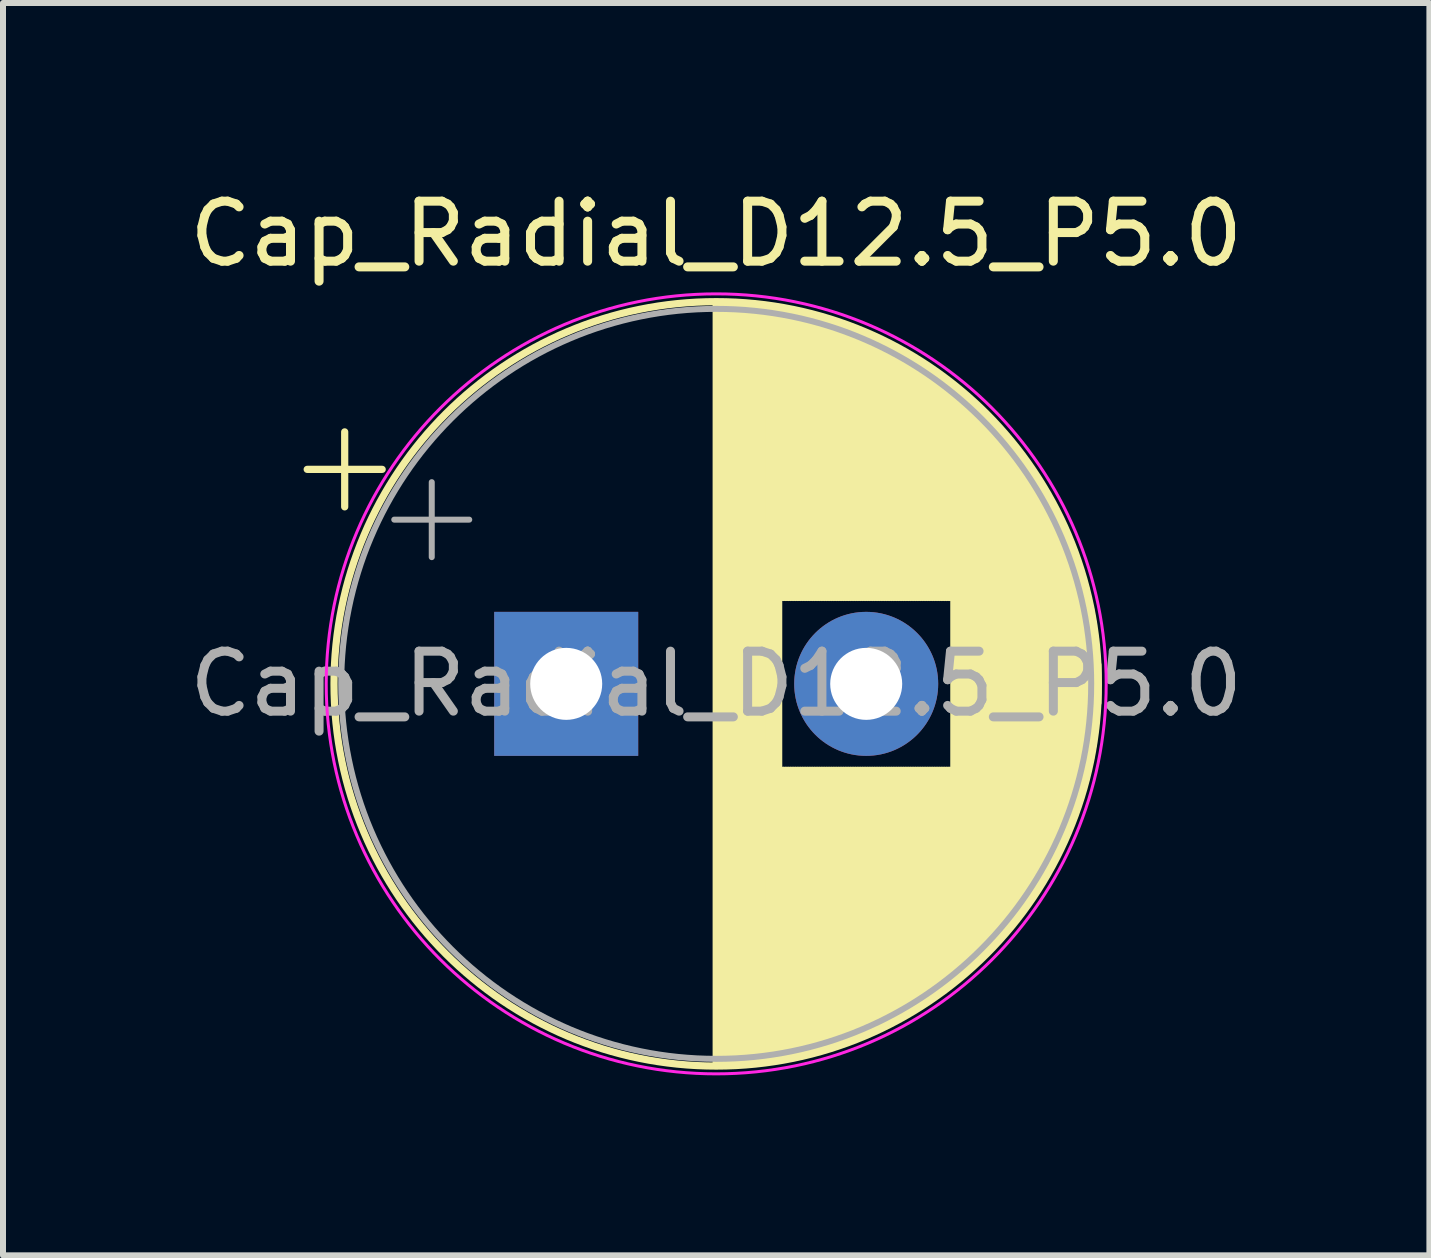
<source format=kicad_pcb>
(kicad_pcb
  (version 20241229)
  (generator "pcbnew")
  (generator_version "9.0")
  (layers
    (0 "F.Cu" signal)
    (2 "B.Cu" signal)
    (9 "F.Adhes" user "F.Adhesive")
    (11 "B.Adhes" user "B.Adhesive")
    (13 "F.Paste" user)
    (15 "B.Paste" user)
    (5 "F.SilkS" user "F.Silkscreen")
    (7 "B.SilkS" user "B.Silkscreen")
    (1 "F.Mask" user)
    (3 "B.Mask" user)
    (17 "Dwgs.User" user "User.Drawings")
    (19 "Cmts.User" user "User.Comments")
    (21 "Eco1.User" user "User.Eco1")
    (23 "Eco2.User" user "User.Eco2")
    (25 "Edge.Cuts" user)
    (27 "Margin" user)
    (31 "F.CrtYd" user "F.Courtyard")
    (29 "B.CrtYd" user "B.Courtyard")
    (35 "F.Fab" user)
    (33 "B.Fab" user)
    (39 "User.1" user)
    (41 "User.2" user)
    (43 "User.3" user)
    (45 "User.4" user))
  (footprint "Cap_Radial_D12.5_P5.0"
    (layer "F.Cu")
    (at 6.387 8.348)
    (property "Reference" "Cap_Radial_D12.5_P5.0" (at 2.5 -7.5 0) (layer "F.SilkS") (effects (font (size 1 1) (thickness 0.15))))
    (fp_line (start -4.317 -3.575) (end -3.067 -3.575) (stroke (width 0.12) (type solid)) (layer "F.SilkS"))
    (fp_line (start -3.692 -4.2) (end -3.692 -2.95) (stroke (width 0.12) (type solid)) (layer "F.SilkS"))
    (fp_line (start 2.5 -6.33) (end 2.5 6.33) (stroke (width 0.12) (type solid)) (layer "F.SilkS"))
    (fp_line (start 2.54 -6.33) (end 2.54 6.33) (stroke (width 0.12) (type solid)) (layer "F.SilkS"))
    (fp_line (start 2.58 -6.33) (end 2.58 6.33) (stroke (width 0.12) (type solid)) (layer "F.SilkS"))
    (fp_line (start 2.62 -6.329) (end 2.62 6.329) (stroke (width 0.12) (type solid)) (layer "F.SilkS"))
    (fp_line (start 2.66 -6.328) (end 2.66 6.328) (stroke (width 0.12) (type solid)) (layer "F.SilkS"))
    (fp_line (start 2.7 -6.327) (end 2.7 6.327) (stroke (width 0.12) (type solid)) (layer "F.SilkS"))
    (fp_line (start 2.74 -6.326) (end 2.74 6.326) (stroke (width 0.12) (type solid)) (layer "F.SilkS"))
    (fp_line (start 2.78 -6.324) (end 2.78 6.324) (stroke (width 0.12) (type solid)) (layer "F.SilkS"))
    (fp_line (start 2.82 -6.322) (end 2.82 6.322) (stroke (width 0.12) (type solid)) (layer "F.SilkS"))
    (fp_line (start 2.86 -6.32) (end 2.86 6.32) (stroke (width 0.12) (type solid)) (layer "F.SilkS"))
    (fp_line (start 2.9 -6.318) (end 2.9 6.318) (stroke (width 0.12) (type solid)) (layer "F.SilkS"))
    (fp_line (start 2.94 -6.315) (end 2.94 6.315) (stroke (width 0.12) (type solid)) (layer "F.SilkS"))
    (fp_line (start 2.98 -6.312) (end 2.98 6.312) (stroke (width 0.12) (type solid)) (layer "F.SilkS"))
    (fp_line (start 3.02 -6.309) (end 3.02 6.309) (stroke (width 0.12) (type solid)) (layer "F.SilkS"))
    (fp_line (start 3.06 -6.306) (end 3.06 6.306) (stroke (width 0.12) (type solid)) (layer "F.SilkS"))
    (fp_line (start 3.1 -6.302) (end 3.1 6.302) (stroke (width 0.12) (type solid)) (layer "F.SilkS"))
    (fp_line (start 3.14 -6.298) (end 3.14 6.298) (stroke (width 0.12) (type solid)) (layer "F.SilkS"))
    (fp_line (start 3.18 -6.294) (end 3.18 6.294) (stroke (width 0.12) (type solid)) (layer "F.SilkS"))
    (fp_line (start 3.221 -6.29) (end 3.221 6.29) (stroke (width 0.12) (type solid)) (layer "F.SilkS"))
    (fp_line (start 3.261 -6.285) (end 3.261 6.285) (stroke (width 0.12) (type solid)) (layer "F.SilkS"))
    (fp_line (start 3.301 -6.28) (end 3.301 6.28) (stroke (width 0.12) (type solid)) (layer "F.SilkS"))
    (fp_line (start 3.341 -6.275) (end 3.341 6.275) (stroke (width 0.12) (type solid)) (layer "F.SilkS"))
    (fp_line (start 3.381 -6.269) (end 3.381 6.269) (stroke (width 0.12) (type solid)) (layer "F.SilkS"))
    (fp_line (start 3.421 -6.264) (end 3.421 6.264) (stroke (width 0.12) (type solid)) (layer "F.SilkS"))
    (fp_line (start 3.461 -6.258) (end 3.461 6.258) (stroke (width 0.12) (type solid)) (layer "F.SilkS"))
    (fp_line (start 3.501 -6.252) (end 3.501 6.252) (stroke (width 0.12) (type solid)) (layer "F.SilkS"))
    (fp_line (start 3.541 -6.245) (end 3.541 6.245) (stroke (width 0.12) (type solid)) (layer "F.SilkS"))
    (fp_line (start 3.581 -6.238) (end 3.581 -1.44) (stroke (width 0.12) (type solid)) (layer "F.SilkS"))
    (fp_line (start 3.581 1.44) (end 3.581 6.238) (stroke (width 0.12) (type solid)) (layer "F.SilkS"))
    (fp_line (start 3.621 -6.231) (end 3.621 -1.44) (stroke (width 0.12) (type solid)) (layer "F.SilkS"))
    (fp_line (start 3.621 1.44) (end 3.621 6.231) (stroke (width 0.12) (type solid)) (layer "F.SilkS"))
    (fp_line (start 3.661 -6.224) (end 3.661 -1.44) (stroke (width 0.12) (type solid)) (layer "F.SilkS"))
    (fp_line (start 3.661 1.44) (end 3.661 6.224) (stroke (width 0.12) (type solid)) (layer "F.SilkS"))
    (fp_line (start 3.701 -6.216) (end 3.701 -1.44) (stroke (width 0.12) (type solid)) (layer "F.SilkS"))
    (fp_line (start 3.701 1.44) (end 3.701 6.216) (stroke (width 0.12) (type solid)) (layer "F.SilkS"))
    (fp_line (start 3.741 -6.209) (end 3.741 -1.44) (stroke (width 0.12) (type solid)) (layer "F.SilkS"))
    (fp_line (start 3.741 1.44) (end 3.741 6.209) (stroke (width 0.12) (type solid)) (layer "F.SilkS"))
    (fp_line (start 3.781 -6.201) (end 3.781 -1.44) (stroke (width 0.12) (type solid)) (layer "F.SilkS"))
    (fp_line (start 3.781 1.44) (end 3.781 6.201) (stroke (width 0.12) (type solid)) (layer "F.SilkS"))
    (fp_line (start 3.821 -6.192) (end 3.821 -1.44) (stroke (width 0.12) (type solid)) (layer "F.SilkS"))
    (fp_line (start 3.821 1.44) (end 3.821 6.192) (stroke (width 0.12) (type solid)) (layer "F.SilkS"))
    (fp_line (start 3.861 -6.184) (end 3.861 -1.44) (stroke (width 0.12) (type solid)) (layer "F.SilkS"))
    (fp_line (start 3.861 1.44) (end 3.861 6.184) (stroke (width 0.12) (type solid)) (layer "F.SilkS"))
    (fp_line (start 3.901 -6.175) (end 3.901 -1.44) (stroke (width 0.12) (type solid)) (layer "F.SilkS"))
    (fp_line (start 3.901 1.44) (end 3.901 6.175) (stroke (width 0.12) (type solid)) (layer "F.SilkS"))
    (fp_line (start 3.941 -6.166) (end 3.941 -1.44) (stroke (width 0.12) (type solid)) (layer "F.SilkS"))
    (fp_line (start 3.941 1.44) (end 3.941 6.166) (stroke (width 0.12) (type solid)) (layer "F.SilkS"))
    (fp_line (start 3.981 -6.156) (end 3.981 -1.44) (stroke (width 0.12) (type solid)) (layer "F.SilkS"))
    (fp_line (start 3.981 1.44) (end 3.981 6.156) (stroke (width 0.12) (type solid)) (layer "F.SilkS"))
    (fp_line (start 4.021 -6.146) (end 4.021 -1.44) (stroke (width 0.12) (type solid)) (layer "F.SilkS"))
    (fp_line (start 4.021 1.44) (end 4.021 6.146) (stroke (width 0.12) (type solid)) (layer "F.SilkS"))
    (fp_line (start 4.061 -6.137) (end 4.061 -1.44) (stroke (width 0.12) (type solid)) (layer "F.SilkS"))
    (fp_line (start 4.061 1.44) (end 4.061 6.137) (stroke (width 0.12) (type solid)) (layer "F.SilkS"))
    (fp_line (start 4.101 -6.126) (end 4.101 -1.44) (stroke (width 0.12) (type solid)) (layer "F.SilkS"))
    (fp_line (start 4.101 1.44) (end 4.101 6.126) (stroke (width 0.12) (type solid)) (layer "F.SilkS"))
    (fp_line (start 4.141 -6.116) (end 4.141 -1.44) (stroke (width 0.12) (type solid)) (layer "F.SilkS"))
    (fp_line (start 4.141 1.44) (end 4.141 6.116) (stroke (width 0.12) (type solid)) (layer "F.SilkS"))
    (fp_line (start 4.181 -6.105) (end 4.181 -1.44) (stroke (width 0.12) (type solid)) (layer "F.SilkS"))
    (fp_line (start 4.181 1.44) (end 4.181 6.105) (stroke (width 0.12) (type solid)) (layer "F.SilkS"))
    (fp_line (start 4.221 -6.094) (end 4.221 -1.44) (stroke (width 0.12) (type solid)) (layer "F.SilkS"))
    (fp_line (start 4.221 1.44) (end 4.221 6.094) (stroke (width 0.12) (type solid)) (layer "F.SilkS"))
    (fp_line (start 4.261 -6.083) (end 4.261 -1.44) (stroke (width 0.12) (type solid)) (layer "F.SilkS"))
    (fp_line (start 4.261 1.44) (end 4.261 6.083) (stroke (width 0.12) (type solid)) (layer "F.SilkS"))
    (fp_line (start 4.301 -6.071) (end 4.301 -1.44) (stroke (width 0.12) (type solid)) (layer "F.SilkS"))
    (fp_line (start 4.301 1.44) (end 4.301 6.071) (stroke (width 0.12) (type solid)) (layer "F.SilkS"))
    (fp_line (start 4.341 -6.059) (end 4.341 -1.44) (stroke (width 0.12) (type solid)) (layer "F.SilkS"))
    (fp_line (start 4.341 1.44) (end 4.341 6.059) (stroke (width 0.12) (type solid)) (layer "F.SilkS"))
    (fp_line (start 4.381 -6.047) (end 4.381 -1.44) (stroke (width 0.12) (type solid)) (layer "F.SilkS"))
    (fp_line (start 4.381 1.44) (end 4.381 6.047) (stroke (width 0.12) (type solid)) (layer "F.SilkS"))
    (fp_line (start 4.421 -6.034) (end 4.421 -1.44) (stroke (width 0.12) (type solid)) (layer "F.SilkS"))
    (fp_line (start 4.421 1.44) (end 4.421 6.034) (stroke (width 0.12) (type solid)) (layer "F.SilkS"))
    (fp_line (start 4.461 -6.021) (end 4.461 -1.44) (stroke (width 0.12) (type solid)) (layer "F.SilkS"))
    (fp_line (start 4.461 1.44) (end 4.461 6.021) (stroke (width 0.12) (type solid)) (layer "F.SilkS"))
    (fp_line (start 4.501 -6.008) (end 4.501 -1.44) (stroke (width 0.12) (type solid)) (layer "F.SilkS"))
    (fp_line (start 4.501 1.44) (end 4.501 6.008) (stroke (width 0.12) (type solid)) (layer "F.SilkS"))
    (fp_line (start 4.541 -5.995) (end 4.541 -1.44) (stroke (width 0.12) (type solid)) (layer "F.SilkS"))
    (fp_line (start 4.541 1.44) (end 4.541 5.995) (stroke (width 0.12) (type solid)) (layer "F.SilkS"))
    (fp_line (start 4.581 -5.981) (end 4.581 -1.44) (stroke (width 0.12) (type solid)) (layer "F.SilkS"))
    (fp_line (start 4.581 1.44) (end 4.581 5.981) (stroke (width 0.12) (type solid)) (layer "F.SilkS"))
    (fp_line (start 4.621 -5.967) (end 4.621 -1.44) (stroke (width 0.12) (type solid)) (layer "F.SilkS"))
    (fp_line (start 4.621 1.44) (end 4.621 5.967) (stroke (width 0.12) (type solid)) (layer "F.SilkS"))
    (fp_line (start 4.661 -5.953) (end 4.661 -1.44) (stroke (width 0.12) (type solid)) (layer "F.SilkS"))
    (fp_line (start 4.661 1.44) (end 4.661 5.953) (stroke (width 0.12) (type solid)) (layer "F.SilkS"))
    (fp_line (start 4.701 -5.939) (end 4.701 -1.44) (stroke (width 0.12) (type solid)) (layer "F.SilkS"))
    (fp_line (start 4.701 1.44) (end 4.701 5.939) (stroke (width 0.12) (type solid)) (layer "F.SilkS"))
    (fp_line (start 4.741 -5.924) (end 4.741 -1.44) (stroke (width 0.12) (type solid)) (layer "F.SilkS"))
    (fp_line (start 4.741 1.44) (end 4.741 5.924) (stroke (width 0.12) (type solid)) (layer "F.SilkS"))
    (fp_line (start 4.781 -5.908) (end 4.781 -1.44) (stroke (width 0.12) (type solid)) (layer "F.SilkS"))
    (fp_line (start 4.781 1.44) (end 4.781 5.908) (stroke (width 0.12) (type solid)) (layer "F.SilkS"))
    (fp_line (start 4.821 -5.893) (end 4.821 -1.44) (stroke (width 0.12) (type solid)) (layer "F.SilkS"))
    (fp_line (start 4.821 1.44) (end 4.821 5.893) (stroke (width 0.12) (type solid)) (layer "F.SilkS"))
    (fp_line (start 4.861 -5.877) (end 4.861 -1.44) (stroke (width 0.12) (type solid)) (layer "F.SilkS"))
    (fp_line (start 4.861 1.44) (end 4.861 5.877) (stroke (width 0.12) (type solid)) (layer "F.SilkS"))
    (fp_line (start 4.901 -5.861) (end 4.901 -1.44) (stroke (width 0.12) (type solid)) (layer "F.SilkS"))
    (fp_line (start 4.901 1.44) (end 4.901 5.861) (stroke (width 0.12) (type solid)) (layer "F.SilkS"))
    (fp_line (start 4.941 -5.845) (end 4.941 -1.44) (stroke (width 0.12) (type solid)) (layer "F.SilkS"))
    (fp_line (start 4.941 1.44) (end 4.941 5.845) (stroke (width 0.12) (type solid)) (layer "F.SilkS"))
    (fp_line (start 4.981 -5.828) (end 4.981 -1.44) (stroke (width 0.12) (type solid)) (layer "F.SilkS"))
    (fp_line (start 4.981 1.44) (end 4.981 5.828) (stroke (width 0.12) (type solid)) (layer "F.SilkS"))
    (fp_line (start 5.021 -5.811) (end 5.021 -1.44) (stroke (width 0.12) (type solid)) (layer "F.SilkS"))
    (fp_line (start 5.021 1.44) (end 5.021 5.811) (stroke (width 0.12) (type solid)) (layer "F.SilkS"))
    (fp_line (start 5.061 -5.793) (end 5.061 -1.44) (stroke (width 0.12) (type solid)) (layer "F.SilkS"))
    (fp_line (start 5.061 1.44) (end 5.061 5.793) (stroke (width 0.12) (type solid)) (layer "F.SilkS"))
    (fp_line (start 5.101 -5.776) (end 5.101 -1.44) (stroke (width 0.12) (type solid)) (layer "F.SilkS"))
    (fp_line (start 5.101 1.44) (end 5.101 5.776) (stroke (width 0.12) (type solid)) (layer "F.SilkS"))
    (fp_line (start 5.141 -5.758) (end 5.141 -1.44) (stroke (width 0.12) (type solid)) (layer "F.SilkS"))
    (fp_line (start 5.141 1.44) (end 5.141 5.758) (stroke (width 0.12) (type solid)) (layer "F.SilkS"))
    (fp_line (start 5.181 -5.739) (end 5.181 -1.44) (stroke (width 0.12) (type solid)) (layer "F.SilkS"))
    (fp_line (start 5.181 1.44) (end 5.181 5.739) (stroke (width 0.12) (type solid)) (layer "F.SilkS"))
    (fp_line (start 5.221 -5.721) (end 5.221 -1.44) (stroke (width 0.12) (type solid)) (layer "F.SilkS"))
    (fp_line (start 5.221 1.44) (end 5.221 5.721) (stroke (width 0.12) (type solid)) (layer "F.SilkS"))
    (fp_line (start 5.261 -5.702) (end 5.261 -1.44) (stroke (width 0.12) (type solid)) (layer "F.SilkS"))
    (fp_line (start 5.261 1.44) (end 5.261 5.702) (stroke (width 0.12) (type solid)) (layer "F.SilkS"))
    (fp_line (start 5.301 -5.682) (end 5.301 -1.44) (stroke (width 0.12) (type solid)) (layer "F.SilkS"))
    (fp_line (start 5.301 1.44) (end 5.301 5.682) (stroke (width 0.12) (type solid)) (layer "F.SilkS"))
    (fp_line (start 5.341 -5.662) (end 5.341 -1.44) (stroke (width 0.12) (type solid)) (layer "F.SilkS"))
    (fp_line (start 5.341 1.44) (end 5.341 5.662) (stroke (width 0.12) (type solid)) (layer "F.SilkS"))
    (fp_line (start 5.381 -5.642) (end 5.381 -1.44) (stroke (width 0.12) (type solid)) (layer "F.SilkS"))
    (fp_line (start 5.381 1.44) (end 5.381 5.642) (stroke (width 0.12) (type solid)) (layer "F.SilkS"))
    (fp_line (start 5.421 -5.622) (end 5.421 -1.44) (stroke (width 0.12) (type solid)) (layer "F.SilkS"))
    (fp_line (start 5.421 1.44) (end 5.421 5.622) (stroke (width 0.12) (type solid)) (layer "F.SilkS"))
    (fp_line (start 5.461 -5.601) (end 5.461 -1.44) (stroke (width 0.12) (type solid)) (layer "F.SilkS"))
    (fp_line (start 5.461 1.44) (end 5.461 5.601) (stroke (width 0.12) (type solid)) (layer "F.SilkS"))
    (fp_line (start 5.501 -5.58) (end 5.501 -1.44) (stroke (width 0.12) (type solid)) (layer "F.SilkS"))
    (fp_line (start 5.501 1.44) (end 5.501 5.58) (stroke (width 0.12) (type solid)) (layer "F.SilkS"))
    (fp_line (start 5.541 -5.558) (end 5.541 -1.44) (stroke (width 0.12) (type solid)) (layer "F.SilkS"))
    (fp_line (start 5.541 1.44) (end 5.541 5.558) (stroke (width 0.12) (type solid)) (layer "F.SilkS"))
    (fp_line (start 5.581 -5.536) (end 5.581 -1.44) (stroke (width 0.12) (type solid)) (layer "F.SilkS"))
    (fp_line (start 5.581 1.44) (end 5.581 5.536) (stroke (width 0.12) (type solid)) (layer "F.SilkS"))
    (fp_line (start 5.621 -5.514) (end 5.621 -1.44) (stroke (width 0.12) (type solid)) (layer "F.SilkS"))
    (fp_line (start 5.621 1.44) (end 5.621 5.514) (stroke (width 0.12) (type solid)) (layer "F.SilkS"))
    (fp_line (start 5.661 -5.491) (end 5.661 -1.44) (stroke (width 0.12) (type solid)) (layer "F.SilkS"))
    (fp_line (start 5.661 1.44) (end 5.661 5.491) (stroke (width 0.12) (type solid)) (layer "F.SilkS"))
    (fp_line (start 5.701 -5.468) (end 5.701 -1.44) (stroke (width 0.12) (type solid)) (layer "F.SilkS"))
    (fp_line (start 5.701 1.44) (end 5.701 5.468) (stroke (width 0.12) (type solid)) (layer "F.SilkS"))
    (fp_line (start 5.741 -5.445) (end 5.741 -1.44) (stroke (width 0.12) (type solid)) (layer "F.SilkS"))
    (fp_line (start 5.741 1.44) (end 5.741 5.445) (stroke (width 0.12) (type solid)) (layer "F.SilkS"))
    (fp_line (start 5.781 -5.421) (end 5.781 -1.44) (stroke (width 0.12) (type solid)) (layer "F.SilkS"))
    (fp_line (start 5.781 1.44) (end 5.781 5.421) (stroke (width 0.12) (type solid)) (layer "F.SilkS"))
    (fp_line (start 5.821 -5.397) (end 5.821 -1.44) (stroke (width 0.12) (type solid)) (layer "F.SilkS"))
    (fp_line (start 5.821 1.44) (end 5.821 5.397) (stroke (width 0.12) (type solid)) (layer "F.SilkS"))
    (fp_line (start 5.861 -5.372) (end 5.861 -1.44) (stroke (width 0.12) (type solid)) (layer "F.SilkS"))
    (fp_line (start 5.861 1.44) (end 5.861 5.372) (stroke (width 0.12) (type solid)) (layer "F.SilkS"))
    (fp_line (start 5.901 -5.347) (end 5.901 -1.44) (stroke (width 0.12) (type solid)) (layer "F.SilkS"))
    (fp_line (start 5.901 1.44) (end 5.901 5.347) (stroke (width 0.12) (type solid)) (layer "F.SilkS"))
    (fp_line (start 5.941 -5.322) (end 5.941 -1.44) (stroke (width 0.12) (type solid)) (layer "F.SilkS"))
    (fp_line (start 5.941 1.44) (end 5.941 5.322) (stroke (width 0.12) (type solid)) (layer "F.SilkS"))
    (fp_line (start 5.981 -5.296) (end 5.981 -1.44) (stroke (width 0.12) (type solid)) (layer "F.SilkS"))
    (fp_line (start 5.981 1.44) (end 5.981 5.296) (stroke (width 0.12) (type solid)) (layer "F.SilkS"))
    (fp_line (start 6.021 -5.27) (end 6.021 -1.44) (stroke (width 0.12) (type solid)) (layer "F.SilkS"))
    (fp_line (start 6.021 1.44) (end 6.021 5.27) (stroke (width 0.12) (type solid)) (layer "F.SilkS"))
    (fp_line (start 6.061 -5.243) (end 6.061 -1.44) (stroke (width 0.12) (type solid)) (layer "F.SilkS"))
    (fp_line (start 6.061 1.44) (end 6.061 5.243) (stroke (width 0.12) (type solid)) (layer "F.SilkS"))
    (fp_line (start 6.101 -5.216) (end 6.101 -1.44) (stroke (width 0.12) (type solid)) (layer "F.SilkS"))
    (fp_line (start 6.101 1.44) (end 6.101 5.216) (stroke (width 0.12) (type solid)) (layer "F.SilkS"))
    (fp_line (start 6.141 -5.188) (end 6.141 -1.44) (stroke (width 0.12) (type solid)) (layer "F.SilkS"))
    (fp_line (start 6.141 1.44) (end 6.141 5.188) (stroke (width 0.12) (type solid)) (layer "F.SilkS"))
    (fp_line (start 6.181 -5.16) (end 6.181 -1.44) (stroke (width 0.12) (type solid)) (layer "F.SilkS"))
    (fp_line (start 6.181 1.44) (end 6.181 5.16) (stroke (width 0.12) (type solid)) (layer "F.SilkS"))
    (fp_line (start 6.221 -5.131) (end 6.221 -1.44) (stroke (width 0.12) (type solid)) (layer "F.SilkS"))
    (fp_line (start 6.221 1.44) (end 6.221 5.131) (stroke (width 0.12) (type solid)) (layer "F.SilkS"))
    (fp_line (start 6.261 -5.102) (end 6.261 -1.44) (stroke (width 0.12) (type solid)) (layer "F.SilkS"))
    (fp_line (start 6.261 1.44) (end 6.261 5.102) (stroke (width 0.12) (type solid)) (layer "F.SilkS"))
    (fp_line (start 6.301 -5.073) (end 6.301 -1.44) (stroke (width 0.12) (type solid)) (layer "F.SilkS"))
    (fp_line (start 6.301 1.44) (end 6.301 5.073) (stroke (width 0.12) (type solid)) (layer "F.SilkS"))
    (fp_line (start 6.341 -5.043) (end 6.341 -1.44) (stroke (width 0.12) (type solid)) (layer "F.SilkS"))
    (fp_line (start 6.341 1.44) (end 6.341 5.043) (stroke (width 0.12) (type solid)) (layer "F.SilkS"))
    (fp_line (start 6.381 -5.012) (end 6.381 -1.44) (stroke (width 0.12) (type solid)) (layer "F.SilkS"))
    (fp_line (start 6.381 1.44) (end 6.381 5.012) (stroke (width 0.12) (type solid)) (layer "F.SilkS"))
    (fp_line (start 6.421 -4.982) (end 6.421 -1.44) (stroke (width 0.12) (type solid)) (layer "F.SilkS"))
    (fp_line (start 6.421 1.44) (end 6.421 4.982) (stroke (width 0.12) (type solid)) (layer "F.SilkS"))
    (fp_line (start 6.461 -4.95) (end 6.461 4.95) (stroke (width 0.12) (type solid)) (layer "F.SilkS"))
    (fp_line (start 6.501 -4.918) (end 6.501 4.918) (stroke (width 0.12) (type solid)) (layer "F.SilkS"))
    (fp_line (start 6.541 -4.885) (end 6.541 4.885) (stroke (width 0.12) (type solid)) (layer "F.SilkS"))
    (fp_line (start 6.581 -4.852) (end 6.581 4.852) (stroke (width 0.12) (type solid)) (layer "F.SilkS"))
    (fp_line (start 6.621 -4.819) (end 6.621 4.819) (stroke (width 0.12) (type solid)) (layer "F.SilkS"))
    (fp_line (start 6.661 -4.785) (end 6.661 4.785) (stroke (width 0.12) (type solid)) (layer "F.SilkS"))
    (fp_line (start 6.701 -4.75) (end 6.701 4.75) (stroke (width 0.12) (type solid)) (layer "F.SilkS"))
    (fp_line (start 6.741 -4.714) (end 6.741 4.714) (stroke (width 0.12) (type solid)) (layer "F.SilkS"))
    (fp_line (start 6.781 -4.678) (end 6.781 4.678) (stroke (width 0.12) (type solid)) (layer "F.SilkS"))
    (fp_line (start 6.821 -4.642) (end 6.821 4.642) (stroke (width 0.12) (type solid)) (layer "F.SilkS"))
    (fp_line (start 6.861 -4.605) (end 6.861 4.605) (stroke (width 0.12) (type solid)) (layer "F.SilkS"))
    (fp_line (start 6.901 -4.567) (end 6.901 4.567) (stroke (width 0.12) (type solid)) (layer "F.SilkS"))
    (fp_line (start 6.941 -4.528) (end 6.941 4.528) (stroke (width 0.12) (type solid)) (layer "F.SilkS"))
    (fp_line (start 6.981 -4.489) (end 6.981 4.489) (stroke (width 0.12) (type solid)) (layer "F.SilkS"))
    (fp_line (start 7.021 -4.449) (end 7.021 4.449) (stroke (width 0.12) (type solid)) (layer "F.SilkS"))
    (fp_line (start 7.061 -4.408) (end 7.061 4.408) (stroke (width 0.12) (type solid)) (layer "F.SilkS"))
    (fp_line (start 7.101 -4.367) (end 7.101 4.367) (stroke (width 0.12) (type solid)) (layer "F.SilkS"))
    (fp_line (start 7.141 -4.325) (end 7.141 4.325) (stroke (width 0.12) (type solid)) (layer "F.SilkS"))
    (fp_line (start 7.181 -4.282) (end 7.181 4.282) (stroke (width 0.12) (type solid)) (layer "F.SilkS"))
    (fp_line (start 7.221 -4.238) (end 7.221 4.238) (stroke (width 0.12) (type solid)) (layer "F.SilkS"))
    (fp_line (start 7.261 -4.194) (end 7.261 4.194) (stroke (width 0.12) (type solid)) (layer "F.SilkS"))
    (fp_line (start 7.301 -4.148) (end 7.301 4.148) (stroke (width 0.12) (type solid)) (layer "F.SilkS"))
    (fp_line (start 7.341 -4.102) (end 7.341 4.102) (stroke (width 0.12) (type solid)) (layer "F.SilkS"))
    (fp_line (start 7.381 -4.055) (end 7.381 4.055) (stroke (width 0.12) (type solid)) (layer "F.SilkS"))
    (fp_line (start 7.421 -4.007) (end 7.421 4.007) (stroke (width 0.12) (type solid)) (layer "F.SilkS"))
    (fp_line (start 7.461 -3.957) (end 7.461 3.957) (stroke (width 0.12) (type solid)) (layer "F.SilkS"))
    (fp_line (start 7.501 -3.907) (end 7.501 3.907) (stroke (width 0.12) (type solid)) (layer "F.SilkS"))
    (fp_line (start 7.541 -3.856) (end 7.541 3.856) (stroke (width 0.12) (type solid)) (layer "F.SilkS"))
    (fp_line (start 7.581 -3.804) (end 7.581 3.804) (stroke (width 0.12) (type solid)) (layer "F.SilkS"))
    (fp_line (start 7.621 -3.75) (end 7.621 3.75) (stroke (width 0.12) (type solid)) (layer "F.SilkS"))
    (fp_line (start 7.661 -3.696) (end 7.661 3.696) (stroke (width 0.12) (type solid)) (layer "F.SilkS"))
    (fp_line (start 7.701 -3.64) (end 7.701 3.64) (stroke (width 0.12) (type solid)) (layer "F.SilkS"))
    (fp_line (start 7.741 -3.583) (end 7.741 3.583) (stroke (width 0.12) (type solid)) (layer "F.SilkS"))
    (fp_line (start 7.781 -3.524) (end 7.781 3.524) (stroke (width 0.12) (type solid)) (layer "F.SilkS"))
    (fp_line (start 7.821 -3.464) (end 7.821 3.464) (stroke (width 0.12) (type solid)) (layer "F.SilkS"))
    (fp_line (start 7.861 -3.402) (end 7.861 3.402) (stroke (width 0.12) (type solid)) (layer "F.SilkS"))
    (fp_line (start 7.901 -3.339) (end 7.901 3.339) (stroke (width 0.12) (type solid)) (layer "F.SilkS"))
    (fp_line (start 7.941 -3.275) (end 7.941 3.275) (stroke (width 0.12) (type solid)) (layer "F.SilkS"))
    (fp_line (start 7.981 -3.208) (end 7.981 3.208) (stroke (width 0.12) (type solid)) (layer "F.SilkS"))
    (fp_line (start 8.021 -3.14) (end 8.021 3.14) (stroke (width 0.12) (type solid)) (layer "F.SilkS"))
    (fp_line (start 8.061 -3.069) (end 8.061 3.069) (stroke (width 0.12) (type solid)) (layer "F.SilkS"))
    (fp_line (start 8.101 -2.996) (end 8.101 2.996) (stroke (width 0.12) (type solid)) (layer "F.SilkS"))
    (fp_line (start 8.141 -2.921) (end 8.141 2.921) (stroke (width 0.12) (type solid)) (layer "F.SilkS"))
    (fp_line (start 8.181 -2.844) (end 8.181 2.844) (stroke (width 0.12) (type solid)) (layer "F.SilkS"))
    (fp_line (start 8.221 -2.764) (end 8.221 2.764) (stroke (width 0.12) (type solid)) (layer "F.SilkS"))
    (fp_line (start 8.261 -2.681) (end 8.261 2.681) (stroke (width 0.12) (type solid)) (layer "F.SilkS"))
    (fp_line (start 8.301 -2.594) (end 8.301 2.594) (stroke (width 0.12) (type solid)) (layer "F.SilkS"))
    (fp_line (start 8.341 -2.504) (end 8.341 2.504) (stroke (width 0.12) (type solid)) (layer "F.SilkS"))
    (fp_line (start 8.381 -2.41) (end 8.381 2.41) (stroke (width 0.12) (type solid)) (layer "F.SilkS"))
    (fp_line (start 8.421 -2.312) (end 8.421 2.312) (stroke (width 0.12) (type solid)) (layer "F.SilkS"))
    (fp_line (start 8.461 -2.209) (end 8.461 2.209) (stroke (width 0.12) (type solid)) (layer "F.SilkS"))
    (fp_line (start 8.501 -2.1) (end 8.501 2.1) (stroke (width 0.12) (type solid)) (layer "F.SilkS"))
    (fp_line (start 8.541 -1.984) (end 8.541 1.984) (stroke (width 0.12) (type solid)) (layer "F.SilkS"))
    (fp_line (start 8.581 -1.861) (end 8.581 1.861) (stroke (width 0.12) (type solid)) (layer "F.SilkS"))
    (fp_line (start 8.621 -1.728) (end 8.621 1.728) (stroke (width 0.12) (type solid)) (layer "F.SilkS"))
    (fp_line (start 8.661 -1.583) (end 8.661 1.583) (stroke (width 0.12) (type solid)) (layer "F.SilkS"))
    (fp_line (start 8.701 -1.422) (end 8.701 1.422) (stroke (width 0.12) (type solid)) (layer "F.SilkS"))
    (fp_line (start 8.741 -1.241) (end 8.741 1.241) (stroke (width 0.12) (type solid)) (layer "F.SilkS"))
    (fp_line (start 8.781 -1.028) (end 8.781 1.028) (stroke (width 0.12) (type solid)) (layer "F.SilkS"))
    (fp_line (start 8.821 -0.757) (end 8.821 0.757) (stroke (width 0.12) (type solid)) (layer "F.SilkS"))
    (fp_line (start 8.861 -0.317) (end 8.861 0.317) (stroke (width 0.12) (type solid)) (layer "F.SilkS"))
    (fp_circle (center 2.5 0) (end 8.87 0) (stroke (width 0.12) (type solid)) (fill no) (layer "F.SilkS"))
    (fp_circle (center 2.5 0) (end 9 0) (stroke (width 0.05) (type solid)) (fill no) (layer "F.CrtYd"))
    (fp_line (start -2.866 -2.737) (end -1.616 -2.737) (stroke (width 0.1) (type solid)) (layer "F.Fab"))
    (fp_line (start -2.241 -3.362) (end -2.241 -2.112) (stroke (width 0.1) (type solid)) (layer "F.Fab"))
    (fp_circle (center 2.5 0) (end 8.75 0) (stroke (width 0.1) (type solid)) (fill no) (layer "F.Fab"))
    (fp_text user "${REFERENCE}" (at 2.5 0 0) (layer "F.Fab") (effects (font (size 1 1) (thickness 0.15))))
    (pad "1" thru_hole rect (at 0 0) (size 2.4 2.4) (drill 1.2) (layers "*.Cu" "*.Mask"))
    (pad "2" thru_hole circle (at 5 0) (size 2.4 2.4) (drill 1.2) (layers "*.Cu" "*.Mask")))
  (gr_rect
    (start -3 -3)
    (end 20.774 17.873)
    (stroke (width 0.1) (type default))
    (fill no)
    (layer "Edge.Cuts")))
</source>
